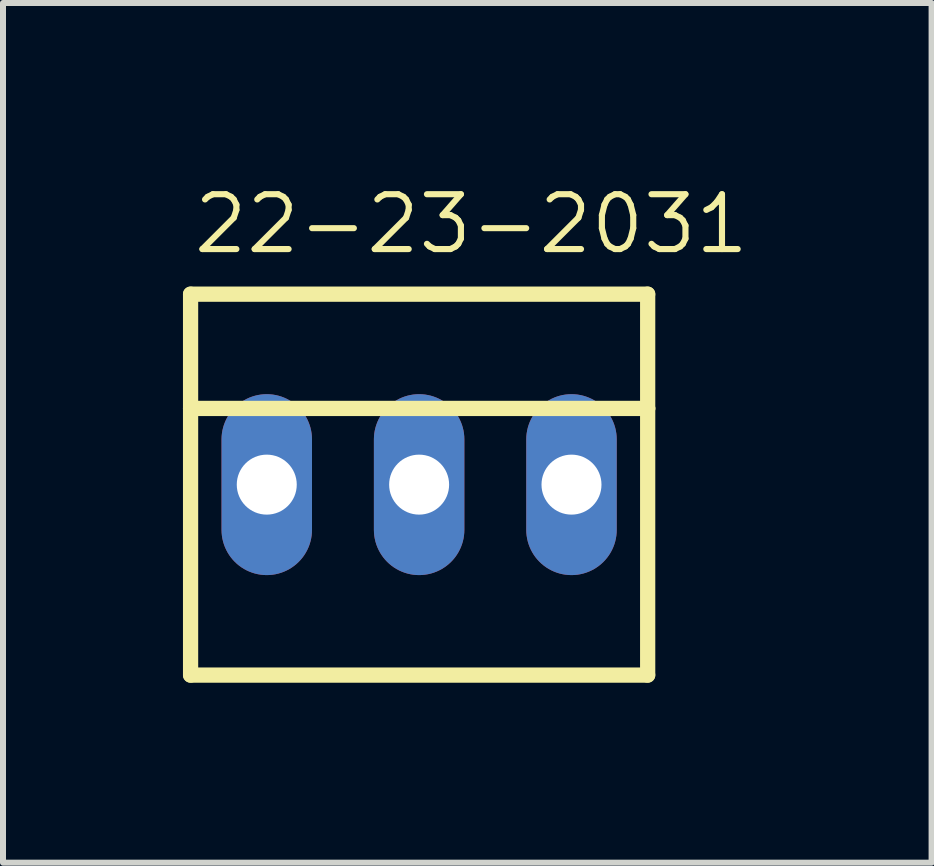
<source format=kicad_pcb>
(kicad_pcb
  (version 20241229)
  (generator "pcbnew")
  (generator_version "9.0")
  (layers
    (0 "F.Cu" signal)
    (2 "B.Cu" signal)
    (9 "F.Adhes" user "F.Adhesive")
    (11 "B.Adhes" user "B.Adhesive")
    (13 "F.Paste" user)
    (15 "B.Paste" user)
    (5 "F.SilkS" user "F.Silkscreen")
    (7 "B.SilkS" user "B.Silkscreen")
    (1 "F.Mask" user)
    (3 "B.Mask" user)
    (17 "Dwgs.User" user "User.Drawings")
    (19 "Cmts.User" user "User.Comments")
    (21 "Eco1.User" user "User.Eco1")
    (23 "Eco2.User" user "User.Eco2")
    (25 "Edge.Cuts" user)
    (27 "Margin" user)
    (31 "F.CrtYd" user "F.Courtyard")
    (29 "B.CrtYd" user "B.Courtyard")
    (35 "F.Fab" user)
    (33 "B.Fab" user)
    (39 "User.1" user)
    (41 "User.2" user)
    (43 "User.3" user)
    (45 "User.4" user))
  (footprint "22-23-2031"
    (layer "F.Cu")
    (at 3.937 5.029)
    (property "Reference" "22-23-2031" (at -3.81 -3.81 0) (unlocked yes) (layer "F.SilkS") (effects (font (size 0.914 0.914) (thickness 0.102)) (justify left bottom)))
    (fp_line (start -3.81 -3.175) (end 3.81 -3.175) (stroke (width 0.254) (type solid)) (layer "F.SilkS"))
    (fp_line (start -3.81 -1.27) (end -3.81 -3.175) (stroke (width 0.254) (type solid)) (layer "F.SilkS"))
    (fp_line (start -3.81 -1.27) (end 3.81 -1.27) (stroke (width 0.254) (type solid)) (layer "F.SilkS"))
    (fp_line (start -3.81 3.175) (end -3.81 -1.27) (stroke (width 0.254) (type solid)) (layer "F.SilkS"))
    (fp_line (start 3.81 -3.175) (end 3.81 -1.27) (stroke (width 0.254) (type solid)) (layer "F.SilkS"))
    (fp_line (start 3.81 -1.27) (end 3.81 3.175) (stroke (width 0.254) (type solid)) (layer "F.SilkS"))
    (fp_line (start 3.81 3.175) (end -3.81 3.175) (stroke (width 0.254) (type solid)) (layer "F.SilkS"))
    (pad "1" thru_hole oval (at -2.54 0 90) (size 3.016 1.508) (drill 1) (layers "*.Cu" "*.Mask"))
    (pad "2" thru_hole oval (at 0 0 90) (size 3.016 1.508) (drill 1) (layers "*.Cu" "*.Mask"))
    (pad "3" thru_hole oval (at 2.54 0 90) (size 3.016 1.508) (drill 1) (layers "*.Cu" "*.Mask")))
  (gr_rect
    (start -3 -3)
    (end 12.48 11.331)
    (stroke (width 0.1) (type default))
    (fill no)
    (layer "Edge.Cuts")))
</source>
